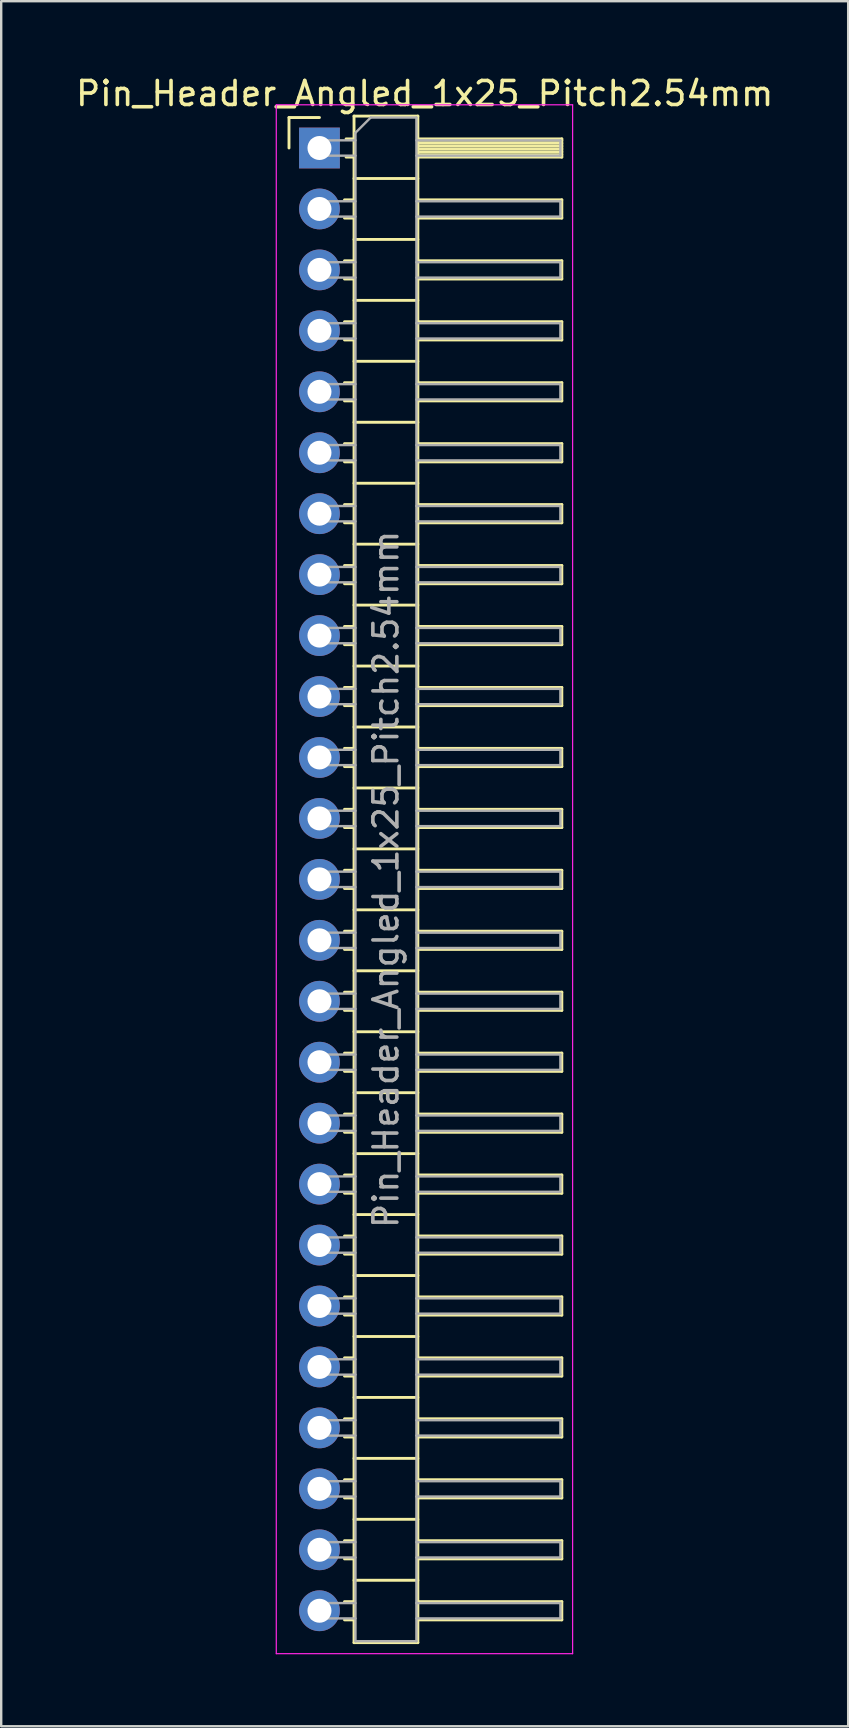
<source format=kicad_pcb>
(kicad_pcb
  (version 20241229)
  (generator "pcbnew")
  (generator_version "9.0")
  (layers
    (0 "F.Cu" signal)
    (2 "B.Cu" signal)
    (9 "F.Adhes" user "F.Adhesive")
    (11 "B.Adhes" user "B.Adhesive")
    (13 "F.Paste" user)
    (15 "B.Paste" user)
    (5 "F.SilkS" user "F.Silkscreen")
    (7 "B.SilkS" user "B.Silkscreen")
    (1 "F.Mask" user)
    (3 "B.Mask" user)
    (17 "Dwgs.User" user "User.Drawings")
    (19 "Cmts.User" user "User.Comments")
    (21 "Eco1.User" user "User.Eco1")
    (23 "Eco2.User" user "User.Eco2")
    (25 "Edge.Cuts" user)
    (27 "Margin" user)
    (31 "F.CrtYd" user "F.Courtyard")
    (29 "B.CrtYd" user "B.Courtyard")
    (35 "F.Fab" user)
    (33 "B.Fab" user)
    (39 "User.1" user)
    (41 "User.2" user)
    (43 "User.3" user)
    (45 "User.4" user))
  (footprint "Pin_Header_Angled_1x25_Pitch2.54mm"
    (layer "F.Cu")
    (at 10.264 3.118)
    (property "Reference" "Pin_Header_Angled_1x25_Pitch2.54mm" (at 4.385 -2.27 0) (layer "F.SilkS") (effects (font (size 1 1) (thickness 0.15))))
    (attr through_hole)
    (fp_line (start -1.27 -1.27) (end 0 -1.27) (stroke (width 0.12) (type solid)) (layer "F.SilkS"))
    (fp_line (start -1.27 0) (end -1.27 -1.27) (stroke (width 0.12) (type solid)) (layer "F.SilkS"))
    (fp_line (start 1.043 2.16) (end 1.44 2.16) (stroke (width 0.12) (type solid)) (layer "F.SilkS"))
    (fp_line (start 1.043 2.92) (end 1.44 2.92) (stroke (width 0.12) (type solid)) (layer "F.SilkS"))
    (fp_line (start 1.043 4.7) (end 1.44 4.7) (stroke (width 0.12) (type solid)) (layer "F.SilkS"))
    (fp_line (start 1.043 5.46) (end 1.44 5.46) (stroke (width 0.12) (type solid)) (layer "F.SilkS"))
    (fp_line (start 1.043 7.24) (end 1.44 7.24) (stroke (width 0.12) (type solid)) (layer "F.SilkS"))
    (fp_line (start 1.043 8) (end 1.44 8) (stroke (width 0.12) (type solid)) (layer "F.SilkS"))
    (fp_line (start 1.043 9.78) (end 1.44 9.78) (stroke (width 0.12) (type solid)) (layer "F.SilkS"))
    (fp_line (start 1.043 10.54) (end 1.44 10.54) (stroke (width 0.12) (type solid)) (layer "F.SilkS"))
    (fp_line (start 1.043 12.32) (end 1.44 12.32) (stroke (width 0.12) (type solid)) (layer "F.SilkS"))
    (fp_line (start 1.043 13.08) (end 1.44 13.08) (stroke (width 0.12) (type solid)) (layer "F.SilkS"))
    (fp_line (start 1.043 14.86) (end 1.44 14.86) (stroke (width 0.12) (type solid)) (layer "F.SilkS"))
    (fp_line (start 1.043 15.62) (end 1.44 15.62) (stroke (width 0.12) (type solid)) (layer "F.SilkS"))
    (fp_line (start 1.043 17.4) (end 1.44 17.4) (stroke (width 0.12) (type solid)) (layer "F.SilkS"))
    (fp_line (start 1.043 18.16) (end 1.44 18.16) (stroke (width 0.12) (type solid)) (layer "F.SilkS"))
    (fp_line (start 1.043 19.94) (end 1.44 19.94) (stroke (width 0.12) (type solid)) (layer "F.SilkS"))
    (fp_line (start 1.043 20.7) (end 1.44 20.7) (stroke (width 0.12) (type solid)) (layer "F.SilkS"))
    (fp_line (start 1.043 22.48) (end 1.44 22.48) (stroke (width 0.12) (type solid)) (layer "F.SilkS"))
    (fp_line (start 1.043 23.24) (end 1.44 23.24) (stroke (width 0.12) (type solid)) (layer "F.SilkS"))
    (fp_line (start 1.043 25.02) (end 1.44 25.02) (stroke (width 0.12) (type solid)) (layer "F.SilkS"))
    (fp_line (start 1.043 25.78) (end 1.44 25.78) (stroke (width 0.12) (type solid)) (layer "F.SilkS"))
    (fp_line (start 1.043 27.56) (end 1.44 27.56) (stroke (width 0.12) (type solid)) (layer "F.SilkS"))
    (fp_line (start 1.043 28.32) (end 1.44 28.32) (stroke (width 0.12) (type solid)) (layer "F.SilkS"))
    (fp_line (start 1.043 30.1) (end 1.44 30.1) (stroke (width 0.12) (type solid)) (layer "F.SilkS"))
    (fp_line (start 1.043 30.86) (end 1.44 30.86) (stroke (width 0.12) (type solid)) (layer "F.SilkS"))
    (fp_line (start 1.043 32.64) (end 1.44 32.64) (stroke (width 0.12) (type solid)) (layer "F.SilkS"))
    (fp_line (start 1.043 33.4) (end 1.44 33.4) (stroke (width 0.12) (type solid)) (layer "F.SilkS"))
    (fp_line (start 1.043 35.18) (end 1.44 35.18) (stroke (width 0.12) (type solid)) (layer "F.SilkS"))
    (fp_line (start 1.043 35.94) (end 1.44 35.94) (stroke (width 0.12) (type solid)) (layer "F.SilkS"))
    (fp_line (start 1.043 37.72) (end 1.44 37.72) (stroke (width 0.12) (type solid)) (layer "F.SilkS"))
    (fp_line (start 1.043 38.48) (end 1.44 38.48) (stroke (width 0.12) (type solid)) (layer "F.SilkS"))
    (fp_line (start 1.043 40.26) (end 1.44 40.26) (stroke (width 0.12) (type solid)) (layer "F.SilkS"))
    (fp_line (start 1.043 41.02) (end 1.44 41.02) (stroke (width 0.12) (type solid)) (layer "F.SilkS"))
    (fp_line (start 1.043 42.8) (end 1.44 42.8) (stroke (width 0.12) (type solid)) (layer "F.SilkS"))
    (fp_line (start 1.043 43.56) (end 1.44 43.56) (stroke (width 0.12) (type solid)) (layer "F.SilkS"))
    (fp_line (start 1.043 45.34) (end 1.44 45.34) (stroke (width 0.12) (type solid)) (layer "F.SilkS"))
    (fp_line (start 1.043 46.1) (end 1.44 46.1) (stroke (width 0.12) (type solid)) (layer "F.SilkS"))
    (fp_line (start 1.043 47.88) (end 1.44 47.88) (stroke (width 0.12) (type solid)) (layer "F.SilkS"))
    (fp_line (start 1.043 48.64) (end 1.44 48.64) (stroke (width 0.12) (type solid)) (layer "F.SilkS"))
    (fp_line (start 1.043 50.42) (end 1.44 50.42) (stroke (width 0.12) (type solid)) (layer "F.SilkS"))
    (fp_line (start 1.043 51.18) (end 1.44 51.18) (stroke (width 0.12) (type solid)) (layer "F.SilkS"))
    (fp_line (start 1.043 52.96) (end 1.44 52.96) (stroke (width 0.12) (type solid)) (layer "F.SilkS"))
    (fp_line (start 1.043 53.72) (end 1.44 53.72) (stroke (width 0.12) (type solid)) (layer "F.SilkS"))
    (fp_line (start 1.043 55.5) (end 1.44 55.5) (stroke (width 0.12) (type solid)) (layer "F.SilkS"))
    (fp_line (start 1.043 56.26) (end 1.44 56.26) (stroke (width 0.12) (type solid)) (layer "F.SilkS"))
    (fp_line (start 1.043 58.04) (end 1.44 58.04) (stroke (width 0.12) (type solid)) (layer "F.SilkS"))
    (fp_line (start 1.043 58.8) (end 1.44 58.8) (stroke (width 0.12) (type solid)) (layer "F.SilkS"))
    (fp_line (start 1.043 60.58) (end 1.44 60.58) (stroke (width 0.12) (type solid)) (layer "F.SilkS"))
    (fp_line (start 1.043 61.34) (end 1.44 61.34) (stroke (width 0.12) (type solid)) (layer "F.SilkS"))
    (fp_line (start 1.11 -0.38) (end 1.44 -0.38) (stroke (width 0.12) (type solid)) (layer "F.SilkS"))
    (fp_line (start 1.11 0.38) (end 1.44 0.38) (stroke (width 0.12) (type solid)) (layer "F.SilkS"))
    (fp_line (start 1.44 -1.33) (end 1.44 62.29) (stroke (width 0.12) (type solid)) (layer "F.SilkS"))
    (fp_line (start 1.44 1.27) (end 4.1 1.27) (stroke (width 0.12) (type solid)) (layer "F.SilkS"))
    (fp_line (start 1.44 3.81) (end 4.1 3.81) (stroke (width 0.12) (type solid)) (layer "F.SilkS"))
    (fp_line (start 1.44 6.35) (end 4.1 6.35) (stroke (width 0.12) (type solid)) (layer "F.SilkS"))
    (fp_line (start 1.44 8.89) (end 4.1 8.89) (stroke (width 0.12) (type solid)) (layer "F.SilkS"))
    (fp_line (start 1.44 11.43) (end 4.1 11.43) (stroke (width 0.12) (type solid)) (layer "F.SilkS"))
    (fp_line (start 1.44 13.97) (end 4.1 13.97) (stroke (width 0.12) (type solid)) (layer "F.SilkS"))
    (fp_line (start 1.44 16.51) (end 4.1 16.51) (stroke (width 0.12) (type solid)) (layer "F.SilkS"))
    (fp_line (start 1.44 19.05) (end 4.1 19.05) (stroke (width 0.12) (type solid)) (layer "F.SilkS"))
    (fp_line (start 1.44 21.59) (end 4.1 21.59) (stroke (width 0.12) (type solid)) (layer "F.SilkS"))
    (fp_line (start 1.44 24.13) (end 4.1 24.13) (stroke (width 0.12) (type solid)) (layer "F.SilkS"))
    (fp_line (start 1.44 26.67) (end 4.1 26.67) (stroke (width 0.12) (type solid)) (layer "F.SilkS"))
    (fp_line (start 1.44 29.21) (end 4.1 29.21) (stroke (width 0.12) (type solid)) (layer "F.SilkS"))
    (fp_line (start 1.44 31.75) (end 4.1 31.75) (stroke (width 0.12) (type solid)) (layer "F.SilkS"))
    (fp_line (start 1.44 34.29) (end 4.1 34.29) (stroke (width 0.12) (type solid)) (layer "F.SilkS"))
    (fp_line (start 1.44 36.83) (end 4.1 36.83) (stroke (width 0.12) (type solid)) (layer "F.SilkS"))
    (fp_line (start 1.44 39.37) (end 4.1 39.37) (stroke (width 0.12) (type solid)) (layer "F.SilkS"))
    (fp_line (start 1.44 41.91) (end 4.1 41.91) (stroke (width 0.12) (type solid)) (layer "F.SilkS"))
    (fp_line (start 1.44 44.45) (end 4.1 44.45) (stroke (width 0.12) (type solid)) (layer "F.SilkS"))
    (fp_line (start 1.44 46.99) (end 4.1 46.99) (stroke (width 0.12) (type solid)) (layer "F.SilkS"))
    (fp_line (start 1.44 49.53) (end 4.1 49.53) (stroke (width 0.12) (type solid)) (layer "F.SilkS"))
    (fp_line (start 1.44 52.07) (end 4.1 52.07) (stroke (width 0.12) (type solid)) (layer "F.SilkS"))
    (fp_line (start 1.44 54.61) (end 4.1 54.61) (stroke (width 0.12) (type solid)) (layer "F.SilkS"))
    (fp_line (start 1.44 57.15) (end 4.1 57.15) (stroke (width 0.12) (type solid)) (layer "F.SilkS"))
    (fp_line (start 1.44 59.69) (end 4.1 59.69) (stroke (width 0.12) (type solid)) (layer "F.SilkS"))
    (fp_line (start 1.44 62.29) (end 4.1 62.29) (stroke (width 0.12) (type solid)) (layer "F.SilkS"))
    (fp_line (start 4.1 -1.33) (end 1.44 -1.33) (stroke (width 0.12) (type solid)) (layer "F.SilkS"))
    (fp_line (start 4.1 -0.38) (end 10.1 -0.38) (stroke (width 0.12) (type solid)) (layer "F.SilkS"))
    (fp_line (start 4.1 -0.32) (end 10.1 -0.32) (stroke (width 0.12) (type solid)) (layer "F.SilkS"))
    (fp_line (start 4.1 -0.2) (end 10.1 -0.2) (stroke (width 0.12) (type solid)) (layer "F.SilkS"))
    (fp_line (start 4.1 -0.08) (end 10.1 -0.08) (stroke (width 0.12) (type solid)) (layer "F.SilkS"))
    (fp_line (start 4.1 0.04) (end 10.1 0.04) (stroke (width 0.12) (type solid)) (layer "F.SilkS"))
    (fp_line (start 4.1 0.16) (end 10.1 0.16) (stroke (width 0.12) (type solid)) (layer "F.SilkS"))
    (fp_line (start 4.1 0.28) (end 10.1 0.28) (stroke (width 0.12) (type solid)) (layer "F.SilkS"))
    (fp_line (start 4.1 2.16) (end 10.1 2.16) (stroke (width 0.12) (type solid)) (layer "F.SilkS"))
    (fp_line (start 4.1 4.7) (end 10.1 4.7) (stroke (width 0.12) (type solid)) (layer "F.SilkS"))
    (fp_line (start 4.1 7.24) (end 10.1 7.24) (stroke (width 0.12) (type solid)) (layer "F.SilkS"))
    (fp_line (start 4.1 9.78) (end 10.1 9.78) (stroke (width 0.12) (type solid)) (layer "F.SilkS"))
    (fp_line (start 4.1 12.32) (end 10.1 12.32) (stroke (width 0.12) (type solid)) (layer "F.SilkS"))
    (fp_line (start 4.1 14.86) (end 10.1 14.86) (stroke (width 0.12) (type solid)) (layer "F.SilkS"))
    (fp_line (start 4.1 17.4) (end 10.1 17.4) (stroke (width 0.12) (type solid)) (layer "F.SilkS"))
    (fp_line (start 4.1 19.94) (end 10.1 19.94) (stroke (width 0.12) (type solid)) (layer "F.SilkS"))
    (fp_line (start 4.1 22.48) (end 10.1 22.48) (stroke (width 0.12) (type solid)) (layer "F.SilkS"))
    (fp_line (start 4.1 25.02) (end 10.1 25.02) (stroke (width 0.12) (type solid)) (layer "F.SilkS"))
    (fp_line (start 4.1 27.56) (end 10.1 27.56) (stroke (width 0.12) (type solid)) (layer "F.SilkS"))
    (fp_line (start 4.1 30.1) (end 10.1 30.1) (stroke (width 0.12) (type solid)) (layer "F.SilkS"))
    (fp_line (start 4.1 32.64) (end 10.1 32.64) (stroke (width 0.12) (type solid)) (layer "F.SilkS"))
    (fp_line (start 4.1 35.18) (end 10.1 35.18) (stroke (width 0.12) (type solid)) (layer "F.SilkS"))
    (fp_line (start 4.1 37.72) (end 10.1 37.72) (stroke (width 0.12) (type solid)) (layer "F.SilkS"))
    (fp_line (start 4.1 40.26) (end 10.1 40.26) (stroke (width 0.12) (type solid)) (layer "F.SilkS"))
    (fp_line (start 4.1 42.8) (end 10.1 42.8) (stroke (width 0.12) (type solid)) (layer "F.SilkS"))
    (fp_line (start 4.1 45.34) (end 10.1 45.34) (stroke (width 0.12) (type solid)) (layer "F.SilkS"))
    (fp_line (start 4.1 47.88) (end 10.1 47.88) (stroke (width 0.12) (type solid)) (layer "F.SilkS"))
    (fp_line (start 4.1 50.42) (end 10.1 50.42) (stroke (width 0.12) (type solid)) (layer "F.SilkS"))
    (fp_line (start 4.1 52.96) (end 10.1 52.96) (stroke (width 0.12) (type solid)) (layer "F.SilkS"))
    (fp_line (start 4.1 55.5) (end 10.1 55.5) (stroke (width 0.12) (type solid)) (layer "F.SilkS"))
    (fp_line (start 4.1 58.04) (end 10.1 58.04) (stroke (width 0.12) (type solid)) (layer "F.SilkS"))
    (fp_line (start 4.1 60.58) (end 10.1 60.58) (stroke (width 0.12) (type solid)) (layer "F.SilkS"))
    (fp_line (start 4.1 62.29) (end 4.1 -1.33) (stroke (width 0.12) (type solid)) (layer "F.SilkS"))
    (fp_line (start 10.1 -0.38) (end 10.1 0.38) (stroke (width 0.12) (type solid)) (layer "F.SilkS"))
    (fp_line (start 10.1 0.38) (end 4.1 0.38) (stroke (width 0.12) (type solid)) (layer "F.SilkS"))
    (fp_line (start 10.1 2.16) (end 10.1 2.92) (stroke (width 0.12) (type solid)) (layer "F.SilkS"))
    (fp_line (start 10.1 2.92) (end 4.1 2.92) (stroke (width 0.12) (type solid)) (layer "F.SilkS"))
    (fp_line (start 10.1 4.7) (end 10.1 5.46) (stroke (width 0.12) (type solid)) (layer "F.SilkS"))
    (fp_line (start 10.1 5.46) (end 4.1 5.46) (stroke (width 0.12) (type solid)) (layer "F.SilkS"))
    (fp_line (start 10.1 7.24) (end 10.1 8) (stroke (width 0.12) (type solid)) (layer "F.SilkS"))
    (fp_line (start 10.1 8) (end 4.1 8) (stroke (width 0.12) (type solid)) (layer "F.SilkS"))
    (fp_line (start 10.1 9.78) (end 10.1 10.54) (stroke (width 0.12) (type solid)) (layer "F.SilkS"))
    (fp_line (start 10.1 10.54) (end 4.1 10.54) (stroke (width 0.12) (type solid)) (layer "F.SilkS"))
    (fp_line (start 10.1 12.32) (end 10.1 13.08) (stroke (width 0.12) (type solid)) (layer "F.SilkS"))
    (fp_line (start 10.1 13.08) (end 4.1 13.08) (stroke (width 0.12) (type solid)) (layer "F.SilkS"))
    (fp_line (start 10.1 14.86) (end 10.1 15.62) (stroke (width 0.12) (type solid)) (layer "F.SilkS"))
    (fp_line (start 10.1 15.62) (end 4.1 15.62) (stroke (width 0.12) (type solid)) (layer "F.SilkS"))
    (fp_line (start 10.1 17.4) (end 10.1 18.16) (stroke (width 0.12) (type solid)) (layer "F.SilkS"))
    (fp_line (start 10.1 18.16) (end 4.1 18.16) (stroke (width 0.12) (type solid)) (layer "F.SilkS"))
    (fp_line (start 10.1 19.94) (end 10.1 20.7) (stroke (width 0.12) (type solid)) (layer "F.SilkS"))
    (fp_line (start 10.1 20.7) (end 4.1 20.7) (stroke (width 0.12) (type solid)) (layer "F.SilkS"))
    (fp_line (start 10.1 22.48) (end 10.1 23.24) (stroke (width 0.12) (type solid)) (layer "F.SilkS"))
    (fp_line (start 10.1 23.24) (end 4.1 23.24) (stroke (width 0.12) (type solid)) (layer "F.SilkS"))
    (fp_line (start 10.1 25.02) (end 10.1 25.78) (stroke (width 0.12) (type solid)) (layer "F.SilkS"))
    (fp_line (start 10.1 25.78) (end 4.1 25.78) (stroke (width 0.12) (type solid)) (layer "F.SilkS"))
    (fp_line (start 10.1 27.56) (end 10.1 28.32) (stroke (width 0.12) (type solid)) (layer "F.SilkS"))
    (fp_line (start 10.1 28.32) (end 4.1 28.32) (stroke (width 0.12) (type solid)) (layer "F.SilkS"))
    (fp_line (start 10.1 30.1) (end 10.1 30.86) (stroke (width 0.12) (type solid)) (layer "F.SilkS"))
    (fp_line (start 10.1 30.86) (end 4.1 30.86) (stroke (width 0.12) (type solid)) (layer "F.SilkS"))
    (fp_line (start 10.1 32.64) (end 10.1 33.4) (stroke (width 0.12) (type solid)) (layer "F.SilkS"))
    (fp_line (start 10.1 33.4) (end 4.1 33.4) (stroke (width 0.12) (type solid)) (layer "F.SilkS"))
    (fp_line (start 10.1 35.18) (end 10.1 35.94) (stroke (width 0.12) (type solid)) (layer "F.SilkS"))
    (fp_line (start 10.1 35.94) (end 4.1 35.94) (stroke (width 0.12) (type solid)) (layer "F.SilkS"))
    (fp_line (start 10.1 37.72) (end 10.1 38.48) (stroke (width 0.12) (type solid)) (layer "F.SilkS"))
    (fp_line (start 10.1 38.48) (end 4.1 38.48) (stroke (width 0.12) (type solid)) (layer "F.SilkS"))
    (fp_line (start 10.1 40.26) (end 10.1 41.02) (stroke (width 0.12) (type solid)) (layer "F.SilkS"))
    (fp_line (start 10.1 41.02) (end 4.1 41.02) (stroke (width 0.12) (type solid)) (layer "F.SilkS"))
    (fp_line (start 10.1 42.8) (end 10.1 43.56) (stroke (width 0.12) (type solid)) (layer "F.SilkS"))
    (fp_line (start 10.1 43.56) (end 4.1 43.56) (stroke (width 0.12) (type solid)) (layer "F.SilkS"))
    (fp_line (start 10.1 45.34) (end 10.1 46.1) (stroke (width 0.12) (type solid)) (layer "F.SilkS"))
    (fp_line (start 10.1 46.1) (end 4.1 46.1) (stroke (width 0.12) (type solid)) (layer "F.SilkS"))
    (fp_line (start 10.1 47.88) (end 10.1 48.64) (stroke (width 0.12) (type solid)) (layer "F.SilkS"))
    (fp_line (start 10.1 48.64) (end 4.1 48.64) (stroke (width 0.12) (type solid)) (layer "F.SilkS"))
    (fp_line (start 10.1 50.42) (end 10.1 51.18) (stroke (width 0.12) (type solid)) (layer "F.SilkS"))
    (fp_line (start 10.1 51.18) (end 4.1 51.18) (stroke (width 0.12) (type solid)) (layer "F.SilkS"))
    (fp_line (start 10.1 52.96) (end 10.1 53.72) (stroke (width 0.12) (type solid)) (layer "F.SilkS"))
    (fp_line (start 10.1 53.72) (end 4.1 53.72) (stroke (width 0.12) (type solid)) (layer "F.SilkS"))
    (fp_line (start 10.1 55.5) (end 10.1 56.26) (stroke (width 0.12) (type solid)) (layer "F.SilkS"))
    (fp_line (start 10.1 56.26) (end 4.1 56.26) (stroke (width 0.12) (type solid)) (layer "F.SilkS"))
    (fp_line (start 10.1 58.04) (end 10.1 58.8) (stroke (width 0.12) (type solid)) (layer "F.SilkS"))
    (fp_line (start 10.1 58.8) (end 4.1 58.8) (stroke (width 0.12) (type solid)) (layer "F.SilkS"))
    (fp_line (start 10.1 60.58) (end 10.1 61.34) (stroke (width 0.12) (type solid)) (layer "F.SilkS"))
    (fp_line (start 10.1 61.34) (end 4.1 61.34) (stroke (width 0.12) (type solid)) (layer "F.SilkS"))
    (fp_line (start -1.8 -1.8) (end -1.8 62.75) (stroke (width 0.05) (type solid)) (layer "F.CrtYd"))
    (fp_line (start -1.8 62.75) (end 10.55 62.75) (stroke (width 0.05) (type solid)) (layer "F.CrtYd"))
    (fp_line (start 10.55 -1.8) (end -1.8 -1.8) (stroke (width 0.05) (type solid)) (layer "F.CrtYd"))
    (fp_line (start 10.55 62.75) (end 10.55 -1.8) (stroke (width 0.05) (type solid)) (layer "F.CrtYd"))
    (fp_line (start -0.32 -0.32) (end -0.32 0.32) (stroke (width 0.1) (type solid)) (layer "F.Fab"))
    (fp_line (start -0.32 -0.32) (end 1.5 -0.32) (stroke (width 0.1) (type solid)) (layer "F.Fab"))
    (fp_line (start -0.32 0.32) (end 1.5 0.32) (stroke (width 0.1) (type solid)) (layer "F.Fab"))
    (fp_line (start -0.32 2.22) (end -0.32 2.86) (stroke (width 0.1) (type solid)) (layer "F.Fab"))
    (fp_line (start -0.32 2.22) (end 1.5 2.22) (stroke (width 0.1) (type solid)) (layer "F.Fab"))
    (fp_line (start -0.32 2.86) (end 1.5 2.86) (stroke (width 0.1) (type solid)) (layer "F.Fab"))
    (fp_line (start -0.32 4.76) (end -0.32 5.4) (stroke (width 0.1) (type solid)) (layer "F.Fab"))
    (fp_line (start -0.32 4.76) (end 1.5 4.76) (stroke (width 0.1) (type solid)) (layer "F.Fab"))
    (fp_line (start -0.32 5.4) (end 1.5 5.4) (stroke (width 0.1) (type solid)) (layer "F.Fab"))
    (fp_line (start -0.32 7.3) (end -0.32 7.94) (stroke (width 0.1) (type solid)) (layer "F.Fab"))
    (fp_line (start -0.32 7.3) (end 1.5 7.3) (stroke (width 0.1) (type solid)) (layer "F.Fab"))
    (fp_line (start -0.32 7.94) (end 1.5 7.94) (stroke (width 0.1) (type solid)) (layer "F.Fab"))
    (fp_line (start -0.32 9.84) (end -0.32 10.48) (stroke (width 0.1) (type solid)) (layer "F.Fab"))
    (fp_line (start -0.32 9.84) (end 1.5 9.84) (stroke (width 0.1) (type solid)) (layer "F.Fab"))
    (fp_line (start -0.32 10.48) (end 1.5 10.48) (stroke (width 0.1) (type solid)) (layer "F.Fab"))
    (fp_line (start -0.32 12.38) (end -0.32 13.02) (stroke (width 0.1) (type solid)) (layer "F.Fab"))
    (fp_line (start -0.32 12.38) (end 1.5 12.38) (stroke (width 0.1) (type solid)) (layer "F.Fab"))
    (fp_line (start -0.32 13.02) (end 1.5 13.02) (stroke (width 0.1) (type solid)) (layer "F.Fab"))
    (fp_line (start -0.32 14.92) (end -0.32 15.56) (stroke (width 0.1) (type solid)) (layer "F.Fab"))
    (fp_line (start -0.32 14.92) (end 1.5 14.92) (stroke (width 0.1) (type solid)) (layer "F.Fab"))
    (fp_line (start -0.32 15.56) (end 1.5 15.56) (stroke (width 0.1) (type solid)) (layer "F.Fab"))
    (fp_line (start -0.32 17.46) (end -0.32 18.1) (stroke (width 0.1) (type solid)) (layer "F.Fab"))
    (fp_line (start -0.32 17.46) (end 1.5 17.46) (stroke (width 0.1) (type solid)) (layer "F.Fab"))
    (fp_line (start -0.32 18.1) (end 1.5 18.1) (stroke (width 0.1) (type solid)) (layer "F.Fab"))
    (fp_line (start -0.32 20) (end -0.32 20.64) (stroke (width 0.1) (type solid)) (layer "F.Fab"))
    (fp_line (start -0.32 20) (end 1.5 20) (stroke (width 0.1) (type solid)) (layer "F.Fab"))
    (fp_line (start -0.32 20.64) (end 1.5 20.64) (stroke (width 0.1) (type solid)) (layer "F.Fab"))
    (fp_line (start -0.32 22.54) (end -0.32 23.18) (stroke (width 0.1) (type solid)) (layer "F.Fab"))
    (fp_line (start -0.32 22.54) (end 1.5 22.54) (stroke (width 0.1) (type solid)) (layer "F.Fab"))
    (fp_line (start -0.32 23.18) (end 1.5 23.18) (stroke (width 0.1) (type solid)) (layer "F.Fab"))
    (fp_line (start -0.32 25.08) (end -0.32 25.72) (stroke (width 0.1) (type solid)) (layer "F.Fab"))
    (fp_line (start -0.32 25.08) (end 1.5 25.08) (stroke (width 0.1) (type solid)) (layer "F.Fab"))
    (fp_line (start -0.32 25.72) (end 1.5 25.72) (stroke (width 0.1) (type solid)) (layer "F.Fab"))
    (fp_line (start -0.32 27.62) (end -0.32 28.26) (stroke (width 0.1) (type solid)) (layer "F.Fab"))
    (fp_line (start -0.32 27.62) (end 1.5 27.62) (stroke (width 0.1) (type solid)) (layer "F.Fab"))
    (fp_line (start -0.32 28.26) (end 1.5 28.26) (stroke (width 0.1) (type solid)) (layer "F.Fab"))
    (fp_line (start -0.32 30.16) (end -0.32 30.8) (stroke (width 0.1) (type solid)) (layer "F.Fab"))
    (fp_line (start -0.32 30.16) (end 1.5 30.16) (stroke (width 0.1) (type solid)) (layer "F.Fab"))
    (fp_line (start -0.32 30.8) (end 1.5 30.8) (stroke (width 0.1) (type solid)) (layer "F.Fab"))
    (fp_line (start -0.32 32.7) (end -0.32 33.34) (stroke (width 0.1) (type solid)) (layer "F.Fab"))
    (fp_line (start -0.32 32.7) (end 1.5 32.7) (stroke (width 0.1) (type solid)) (layer "F.Fab"))
    (fp_line (start -0.32 33.34) (end 1.5 33.34) (stroke (width 0.1) (type solid)) (layer "F.Fab"))
    (fp_line (start -0.32 35.24) (end -0.32 35.88) (stroke (width 0.1) (type solid)) (layer "F.Fab"))
    (fp_line (start -0.32 35.24) (end 1.5 35.24) (stroke (width 0.1) (type solid)) (layer "F.Fab"))
    (fp_line (start -0.32 35.88) (end 1.5 35.88) (stroke (width 0.1) (type solid)) (layer "F.Fab"))
    (fp_line (start -0.32 37.78) (end -0.32 38.42) (stroke (width 0.1) (type solid)) (layer "F.Fab"))
    (fp_line (start -0.32 37.78) (end 1.5 37.78) (stroke (width 0.1) (type solid)) (layer "F.Fab"))
    (fp_line (start -0.32 38.42) (end 1.5 38.42) (stroke (width 0.1) (type solid)) (layer "F.Fab"))
    (fp_line (start -0.32 40.32) (end -0.32 40.96) (stroke (width 0.1) (type solid)) (layer "F.Fab"))
    (fp_line (start -0.32 40.32) (end 1.5 40.32) (stroke (width 0.1) (type solid)) (layer "F.Fab"))
    (fp_line (start -0.32 40.96) (end 1.5 40.96) (stroke (width 0.1) (type solid)) (layer "F.Fab"))
    (fp_line (start -0.32 42.86) (end -0.32 43.5) (stroke (width 0.1) (type solid)) (layer "F.Fab"))
    (fp_line (start -0.32 42.86) (end 1.5 42.86) (stroke (width 0.1) (type solid)) (layer "F.Fab"))
    (fp_line (start -0.32 43.5) (end 1.5 43.5) (stroke (width 0.1) (type solid)) (layer "F.Fab"))
    (fp_line (start -0.32 45.4) (end -0.32 46.04) (stroke (width 0.1) (type solid)) (layer "F.Fab"))
    (fp_line (start -0.32 45.4) (end 1.5 45.4) (stroke (width 0.1) (type solid)) (layer "F.Fab"))
    (fp_line (start -0.32 46.04) (end 1.5 46.04) (stroke (width 0.1) (type solid)) (layer "F.Fab"))
    (fp_line (start -0.32 47.94) (end -0.32 48.58) (stroke (width 0.1) (type solid)) (layer "F.Fab"))
    (fp_line (start -0.32 47.94) (end 1.5 47.94) (stroke (width 0.1) (type solid)) (layer "F.Fab"))
    (fp_line (start -0.32 48.58) (end 1.5 48.58) (stroke (width 0.1) (type solid)) (layer "F.Fab"))
    (fp_line (start -0.32 50.48) (end -0.32 51.12) (stroke (width 0.1) (type solid)) (layer "F.Fab"))
    (fp_line (start -0.32 50.48) (end 1.5 50.48) (stroke (width 0.1) (type solid)) (layer "F.Fab"))
    (fp_line (start -0.32 51.12) (end 1.5 51.12) (stroke (width 0.1) (type solid)) (layer "F.Fab"))
    (fp_line (start -0.32 53.02) (end -0.32 53.66) (stroke (width 0.1) (type solid)) (layer "F.Fab"))
    (fp_line (start -0.32 53.02) (end 1.5 53.02) (stroke (width 0.1) (type solid)) (layer "F.Fab"))
    (fp_line (start -0.32 53.66) (end 1.5 53.66) (stroke (width 0.1) (type solid)) (layer "F.Fab"))
    (fp_line (start -0.32 55.56) (end -0.32 56.2) (stroke (width 0.1) (type solid)) (layer "F.Fab"))
    (fp_line (start -0.32 55.56) (end 1.5 55.56) (stroke (width 0.1) (type solid)) (layer "F.Fab"))
    (fp_line (start -0.32 56.2) (end 1.5 56.2) (stroke (width 0.1) (type solid)) (layer "F.Fab"))
    (fp_line (start -0.32 58.1) (end -0.32 58.74) (stroke (width 0.1) (type solid)) (layer "F.Fab"))
    (fp_line (start -0.32 58.1) (end 1.5 58.1) (stroke (width 0.1) (type solid)) (layer "F.Fab"))
    (fp_line (start -0.32 58.74) (end 1.5 58.74) (stroke (width 0.1) (type solid)) (layer "F.Fab"))
    (fp_line (start -0.32 60.64) (end -0.32 61.28) (stroke (width 0.1) (type solid)) (layer "F.Fab"))
    (fp_line (start -0.32 60.64) (end 1.5 60.64) (stroke (width 0.1) (type solid)) (layer "F.Fab"))
    (fp_line (start -0.32 61.28) (end 1.5 61.28) (stroke (width 0.1) (type solid)) (layer "F.Fab"))
    (fp_line (start 1.5 -0.635) (end 2.135 -1.27) (stroke (width 0.1) (type solid)) (layer "F.Fab"))
    (fp_line (start 1.5 62.23) (end 1.5 -0.635) (stroke (width 0.1) (type solid)) (layer "F.Fab"))
    (fp_line (start 2.135 -1.27) (end 4.04 -1.27) (stroke (width 0.1) (type solid)) (layer "F.Fab"))
    (fp_line (start 4.04 -1.27) (end 4.04 62.23) (stroke (width 0.1) (type solid)) (layer "F.Fab"))
    (fp_line (start 4.04 -0.32) (end 10.04 -0.32) (stroke (width 0.1) (type solid)) (layer "F.Fab"))
    (fp_line (start 4.04 0.32) (end 10.04 0.32) (stroke (width 0.1) (type solid)) (layer "F.Fab"))
    (fp_line (start 4.04 2.22) (end 10.04 2.22) (stroke (width 0.1) (type solid)) (layer "F.Fab"))
    (fp_line (start 4.04 2.86) (end 10.04 2.86) (stroke (width 0.1) (type solid)) (layer "F.Fab"))
    (fp_line (start 4.04 4.76) (end 10.04 4.76) (stroke (width 0.1) (type solid)) (layer "F.Fab"))
    (fp_line (start 4.04 5.4) (end 10.04 5.4) (stroke (width 0.1) (type solid)) (layer "F.Fab"))
    (fp_line (start 4.04 7.3) (end 10.04 7.3) (stroke (width 0.1) (type solid)) (layer "F.Fab"))
    (fp_line (start 4.04 7.94) (end 10.04 7.94) (stroke (width 0.1) (type solid)) (layer "F.Fab"))
    (fp_line (start 4.04 9.84) (end 10.04 9.84) (stroke (width 0.1) (type solid)) (layer "F.Fab"))
    (fp_line (start 4.04 10.48) (end 10.04 10.48) (stroke (width 0.1) (type solid)) (layer "F.Fab"))
    (fp_line (start 4.04 12.38) (end 10.04 12.38) (stroke (width 0.1) (type solid)) (layer "F.Fab"))
    (fp_line (start 4.04 13.02) (end 10.04 13.02) (stroke (width 0.1) (type solid)) (layer "F.Fab"))
    (fp_line (start 4.04 14.92) (end 10.04 14.92) (stroke (width 0.1) (type solid)) (layer "F.Fab"))
    (fp_line (start 4.04 15.56) (end 10.04 15.56) (stroke (width 0.1) (type solid)) (layer "F.Fab"))
    (fp_line (start 4.04 17.46) (end 10.04 17.46) (stroke (width 0.1) (type solid)) (layer "F.Fab"))
    (fp_line (start 4.04 18.1) (end 10.04 18.1) (stroke (width 0.1) (type solid)) (layer "F.Fab"))
    (fp_line (start 4.04 20) (end 10.04 20) (stroke (width 0.1) (type solid)) (layer "F.Fab"))
    (fp_line (start 4.04 20.64) (end 10.04 20.64) (stroke (width 0.1) (type solid)) (layer "F.Fab"))
    (fp_line (start 4.04 22.54) (end 10.04 22.54) (stroke (width 0.1) (type solid)) (layer "F.Fab"))
    (fp_line (start 4.04 23.18) (end 10.04 23.18) (stroke (width 0.1) (type solid)) (layer "F.Fab"))
    (fp_line (start 4.04 25.08) (end 10.04 25.08) (stroke (width 0.1) (type solid)) (layer "F.Fab"))
    (fp_line (start 4.04 25.72) (end 10.04 25.72) (stroke (width 0.1) (type solid)) (layer "F.Fab"))
    (fp_line (start 4.04 27.62) (end 10.04 27.62) (stroke (width 0.1) (type solid)) (layer "F.Fab"))
    (fp_line (start 4.04 28.26) (end 10.04 28.26) (stroke (width 0.1) (type solid)) (layer "F.Fab"))
    (fp_line (start 4.04 30.16) (end 10.04 30.16) (stroke (width 0.1) (type solid)) (layer "F.Fab"))
    (fp_line (start 4.04 30.8) (end 10.04 30.8) (stroke (width 0.1) (type solid)) (layer "F.Fab"))
    (fp_line (start 4.04 32.7) (end 10.04 32.7) (stroke (width 0.1) (type solid)) (layer "F.Fab"))
    (fp_line (start 4.04 33.34) (end 10.04 33.34) (stroke (width 0.1) (type solid)) (layer "F.Fab"))
    (fp_line (start 4.04 35.24) (end 10.04 35.24) (stroke (width 0.1) (type solid)) (layer "F.Fab"))
    (fp_line (start 4.04 35.88) (end 10.04 35.88) (stroke (width 0.1) (type solid)) (layer "F.Fab"))
    (fp_line (start 4.04 37.78) (end 10.04 37.78) (stroke (width 0.1) (type solid)) (layer "F.Fab"))
    (fp_line (start 4.04 38.42) (end 10.04 38.42) (stroke (width 0.1) (type solid)) (layer "F.Fab"))
    (fp_line (start 4.04 40.32) (end 10.04 40.32) (stroke (width 0.1) (type solid)) (layer "F.Fab"))
    (fp_line (start 4.04 40.96) (end 10.04 40.96) (stroke (width 0.1) (type solid)) (layer "F.Fab"))
    (fp_line (start 4.04 42.86) (end 10.04 42.86) (stroke (width 0.1) (type solid)) (layer "F.Fab"))
    (fp_line (start 4.04 43.5) (end 10.04 43.5) (stroke (width 0.1) (type solid)) (layer "F.Fab"))
    (fp_line (start 4.04 45.4) (end 10.04 45.4) (stroke (width 0.1) (type solid)) (layer "F.Fab"))
    (fp_line (start 4.04 46.04) (end 10.04 46.04) (stroke (width 0.1) (type solid)) (layer "F.Fab"))
    (fp_line (start 4.04 47.94) (end 10.04 47.94) (stroke (width 0.1) (type solid)) (layer "F.Fab"))
    (fp_line (start 4.04 48.58) (end 10.04 48.58) (stroke (width 0.1) (type solid)) (layer "F.Fab"))
    (fp_line (start 4.04 50.48) (end 10.04 50.48) (stroke (width 0.1) (type solid)) (layer "F.Fab"))
    (fp_line (start 4.04 51.12) (end 10.04 51.12) (stroke (width 0.1) (type solid)) (layer "F.Fab"))
    (fp_line (start 4.04 53.02) (end 10.04 53.02) (stroke (width 0.1) (type solid)) (layer "F.Fab"))
    (fp_line (start 4.04 53.66) (end 10.04 53.66) (stroke (width 0.1) (type solid)) (layer "F.Fab"))
    (fp_line (start 4.04 55.56) (end 10.04 55.56) (stroke (width 0.1) (type solid)) (layer "F.Fab"))
    (fp_line (start 4.04 56.2) (end 10.04 56.2) (stroke (width 0.1) (type solid)) (layer "F.Fab"))
    (fp_line (start 4.04 58.1) (end 10.04 58.1) (stroke (width 0.1) (type solid)) (layer "F.Fab"))
    (fp_line (start 4.04 58.74) (end 10.04 58.74) (stroke (width 0.1) (type solid)) (layer "F.Fab"))
    (fp_line (start 4.04 60.64) (end 10.04 60.64) (stroke (width 0.1) (type solid)) (layer "F.Fab"))
    (fp_line (start 4.04 61.28) (end 10.04 61.28) (stroke (width 0.1) (type solid)) (layer "F.Fab"))
    (fp_line (start 4.04 62.23) (end 1.5 62.23) (stroke (width 0.1) (type solid)) (layer "F.Fab"))
    (fp_line (start 10.04 -0.32) (end 10.04 0.32) (stroke (width 0.1) (type solid)) (layer "F.Fab"))
    (fp_line (start 10.04 2.22) (end 10.04 2.86) (stroke (width 0.1) (type solid)) (layer "F.Fab"))
    (fp_line (start 10.04 4.76) (end 10.04 5.4) (stroke (width 0.1) (type solid)) (layer "F.Fab"))
    (fp_line (start 10.04 7.3) (end 10.04 7.94) (stroke (width 0.1) (type solid)) (layer "F.Fab"))
    (fp_line (start 10.04 9.84) (end 10.04 10.48) (stroke (width 0.1) (type solid)) (layer "F.Fab"))
    (fp_line (start 10.04 12.38) (end 10.04 13.02) (stroke (width 0.1) (type solid)) (layer "F.Fab"))
    (fp_line (start 10.04 14.92) (end 10.04 15.56) (stroke (width 0.1) (type solid)) (layer "F.Fab"))
    (fp_line (start 10.04 17.46) (end 10.04 18.1) (stroke (width 0.1) (type solid)) (layer "F.Fab"))
    (fp_line (start 10.04 20) (end 10.04 20.64) (stroke (width 0.1) (type solid)) (layer "F.Fab"))
    (fp_line (start 10.04 22.54) (end 10.04 23.18) (stroke (width 0.1) (type solid)) (layer "F.Fab"))
    (fp_line (start 10.04 25.08) (end 10.04 25.72) (stroke (width 0.1) (type solid)) (layer "F.Fab"))
    (fp_line (start 10.04 27.62) (end 10.04 28.26) (stroke (width 0.1) (type solid)) (layer "F.Fab"))
    (fp_line (start 10.04 30.16) (end 10.04 30.8) (stroke (width 0.1) (type solid)) (layer "F.Fab"))
    (fp_line (start 10.04 32.7) (end 10.04 33.34) (stroke (width 0.1) (type solid)) (layer "F.Fab"))
    (fp_line (start 10.04 35.24) (end 10.04 35.88) (stroke (width 0.1) (type solid)) (layer "F.Fab"))
    (fp_line (start 10.04 37.78) (end 10.04 38.42) (stroke (width 0.1) (type solid)) (layer "F.Fab"))
    (fp_line (start 10.04 40.32) (end 10.04 40.96) (stroke (width 0.1) (type solid)) (layer "F.Fab"))
    (fp_line (start 10.04 42.86) (end 10.04 43.5) (stroke (width 0.1) (type solid)) (layer "F.Fab"))
    (fp_line (start 10.04 45.4) (end 10.04 46.04) (stroke (width 0.1) (type solid)) (layer "F.Fab"))
    (fp_line (start 10.04 47.94) (end 10.04 48.58) (stroke (width 0.1) (type solid)) (layer "F.Fab"))
    (fp_line (start 10.04 50.48) (end 10.04 51.12) (stroke (width 0.1) (type solid)) (layer "F.Fab"))
    (fp_line (start 10.04 53.02) (end 10.04 53.66) (stroke (width 0.1) (type solid)) (layer "F.Fab"))
    (fp_line (start 10.04 55.56) (end 10.04 56.2) (stroke (width 0.1) (type solid)) (layer "F.Fab"))
    (fp_line (start 10.04 58.1) (end 10.04 58.74) (stroke (width 0.1) (type solid)) (layer "F.Fab"))
    (fp_line (start 10.04 60.64) (end 10.04 61.28) (stroke (width 0.1) (type solid)) (layer "F.Fab"))
    (fp_text user "${REFERENCE}" (at 2.77 30.48 90) (layer "F.Fab") (effects (font (size 1 1) (thickness 0.15))))
    (pad "1" thru_hole rect (at 0 0) (size 1.7 1.7) (drill 1) (layers "*.Cu" "*.Mask"))
    (pad "2" thru_hole oval (at 0 2.54) (size 1.7 1.7) (drill 1) (layers "*.Cu" "*.Mask"))
    (pad "3" thru_hole oval (at 0 5.08) (size 1.7 1.7) (drill 1) (layers "*.Cu" "*.Mask"))
    (pad "4" thru_hole oval (at 0 7.62) (size 1.7 1.7) (drill 1) (layers "*.Cu" "*.Mask"))
    (pad "5" thru_hole oval (at 0 10.16) (size 1.7 1.7) (drill 1) (layers "*.Cu" "*.Mask"))
    (pad "6" thru_hole oval (at 0 12.7) (size 1.7 1.7) (drill 1) (layers "*.Cu" "*.Mask"))
    (pad "7" thru_hole oval (at 0 15.24) (size 1.7 1.7) (drill 1) (layers "*.Cu" "*.Mask"))
    (pad "8" thru_hole oval (at 0 17.78) (size 1.7 1.7) (drill 1) (layers "*.Cu" "*.Mask"))
    (pad "9" thru_hole oval (at 0 20.32) (size 1.7 1.7) (drill 1) (layers "*.Cu" "*.Mask"))
    (pad "10" thru_hole oval (at 0 22.86) (size 1.7 1.7) (drill 1) (layers "*.Cu" "*.Mask"))
    (pad "11" thru_hole oval (at 0 25.4) (size 1.7 1.7) (drill 1) (layers "*.Cu" "*.Mask"))
    (pad "12" thru_hole oval (at 0 27.94) (size 1.7 1.7) (drill 1) (layers "*.Cu" "*.Mask"))
    (pad "13" thru_hole oval (at 0 30.48) (size 1.7 1.7) (drill 1) (layers "*.Cu" "*.Mask"))
    (pad "14" thru_hole oval (at 0 33.02) (size 1.7 1.7) (drill 1) (layers "*.Cu" "*.Mask"))
    (pad "15" thru_hole oval (at 0 35.56) (size 1.7 1.7) (drill 1) (layers "*.Cu" "*.Mask"))
    (pad "16" thru_hole oval (at 0 38.1) (size 1.7 1.7) (drill 1) (layers "*.Cu" "*.Mask"))
    (pad "17" thru_hole oval (at 0 40.64) (size 1.7 1.7) (drill 1) (layers "*.Cu" "*.Mask"))
    (pad "18" thru_hole oval (at 0 43.18) (size 1.7 1.7) (drill 1) (layers "*.Cu" "*.Mask"))
    (pad "19" thru_hole oval (at 0 45.72) (size 1.7 1.7) (drill 1) (layers "*.Cu" "*.Mask"))
    (pad "20" thru_hole oval (at 0 48.26) (size 1.7 1.7) (drill 1) (layers "*.Cu" "*.Mask"))
    (pad "21" thru_hole oval (at 0 50.8) (size 1.7 1.7) (drill 1) (layers "*.Cu" "*.Mask"))
    (pad "22" thru_hole oval (at 0 53.34) (size 1.7 1.7) (drill 1) (layers "*.Cu" "*.Mask"))
    (pad "23" thru_hole oval (at 0 55.88) (size 1.7 1.7) (drill 1) (layers "*.Cu" "*.Mask"))
    (pad "24" thru_hole oval (at 0 58.42) (size 1.7 1.7) (drill 1) (layers "*.Cu" "*.Mask"))
    (pad "25" thru_hole oval (at 0 60.96) (size 1.7 1.7) (drill 1) (layers "*.Cu" "*.Mask")))
  (gr_rect
    (start -3 -3)
    (end 32.298 68.893)
    (stroke (width 0.1) (type default))
    (fill no)
    (layer "Edge.Cuts")))
</source>
